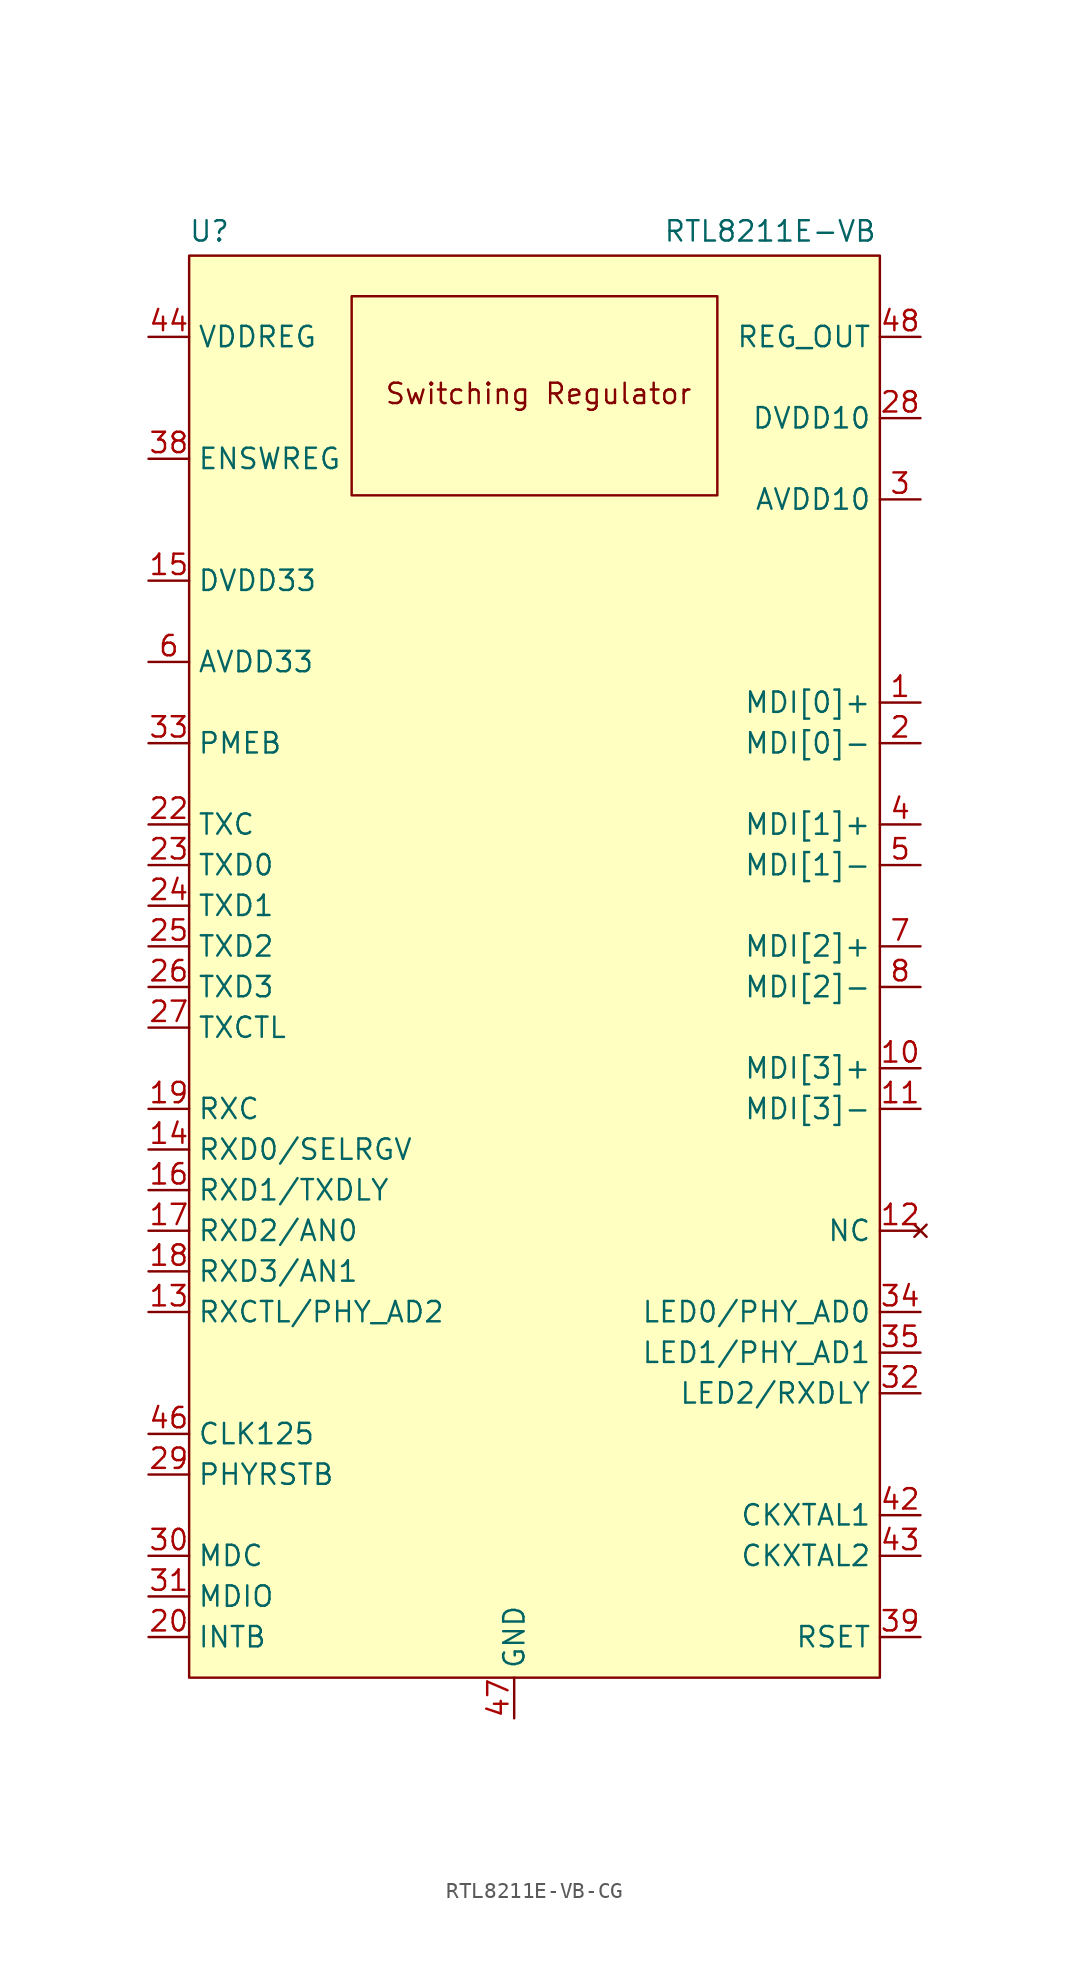
<source format=kicad_sym>
(kicad_symbol_lib
  (version 20220914)
  (generator kicad_symbol_editor)
  (symbol "RTL8211E-VB-CG"
    (property "Reference" "U"
      (at 3.81 29.464 0)
      (effects (font (size 1.27 1.27))))
    (property "Value" "RTL8211E-VB"
      (at 38.862 29.464 0)
      (effects (font (size 1.27 1.27))))
    (symbol "RTL8211E-VB-CG_0_0"
      (pin bidirectional line (at 48.26 0 180) (length 2.54) (name "MDI[0]+" (effects (font (size 1.27 1.27)))) (number "1" (effects (font (size 1.27 1.27)))))
      (pin bidirectional line (at 48.26 -22.86 180) (length 2.54) (name "MDI[3]+" (effects (font (size 1.27 1.27)))) (number "10" (effects (font (size 1.27 1.27)))))
      (pin bidirectional line (at 48.26 -25.4 180) (length 2.54) (name "MDI[3]-" (effects (font (size 1.27 1.27)))) (number "11" (effects (font (size 1.27 1.27)))))
      (pin no_connect line (at 48.26 -33.02 180) (length 2.54) (name "NC" (effects (font (size 1.27 1.27)))) (number "12" (effects (font (size 1.27 1.27)))))
      (pin output line (at 0 -38.1 0) (length 2.54) (name "RXCTL/PHY_AD2" (effects (font (size 1.27 1.27)))) (number "13" (effects (font (size 1.27 1.27)))))
      (pin input line (at 0 -27.94 0) (length 2.54) (name "RXD0/SELRGV" (effects (font (size 1.27 1.27)))) (number "14" (effects (font (size 1.27 1.27)))))
      (pin power_in line (at 0 7.62 0) (length 2.54) (name "DVDD33" (effects (font (size 1.27 1.27)))) (number "15" (effects (font (size 1.27 1.27)))))
      (pin input line (at 0 -30.48 0) (length 2.54) (name "RXD1/TXDLY" (effects (font (size 1.27 1.27)))) (number "16" (effects (font (size 1.27 1.27)))))
      (pin input line (at 0 -33.02 0) (length 2.54) (name "RXD2/AN0" (effects (font (size 1.27 1.27)))) (number "17" (effects (font (size 1.27 1.27)))))
      (pin output line (at 0 -35.56 0) (length 2.54) (name "RXD3/AN1" (effects (font (size 1.27 1.27)))) (number "18" (effects (font (size 1.27 1.27)))))
      (pin input line (at 0 -25.4 0) (length 2.54) (name "RXC" (effects (font (size 1.27 1.27)))) (number "19" (effects (font (size 1.27 1.27)))))
      (pin bidirectional line (at 48.26 -2.54 180) (length 2.54) (name "MDI[0]-" (effects (font (size 1.27 1.27)))) (number "2" (effects (font (size 1.27 1.27)))))
      (pin output line (at 0 -58.42 0) (length 2.54) (name "INTB" (effects (font (size 1.27 1.27)))) (number "20" (effects (font (size 1.27 1.27)))))
      (pin power_in line (at 0 7.62 0) (length 2.54) hide (name "DVDD33" (effects (font (size 1.27 1.27)))) (number "21" (effects (font (size 1.27 1.27)))))
      (pin input line (at 0 -7.62 0) (length 2.54) (name "TXC" (effects (font (size 1.27 1.27)))) (number "22" (effects (font (size 1.27 1.27)))))
      (pin output line (at 0 -10.16 0) (length 2.54) (name "TXD0" (effects (font (size 1.27 1.27)))) (number "23" (effects (font (size 1.27 1.27)))))
      (pin output line (at 0 -12.7 0) (length 2.54) (name "TXD1" (effects (font (size 1.27 1.27)))) (number "24" (effects (font (size 1.27 1.27)))))
      (pin output line (at 0 -15.24 0) (length 2.54) (name "TXD2" (effects (font (size 1.27 1.27)))) (number "25" (effects (font (size 1.27 1.27)))))
      (pin output line (at 0 -17.78 0) (length 2.54) (name "TXD3" (effects (font (size 1.27 1.27)))) (number "26" (effects (font (size 1.27 1.27)))))
      (pin input line (at 0 -20.32 0) (length 2.54) (name "TXCTL" (effects (font (size 1.27 1.27)))) (number "27" (effects (font (size 1.27 1.27)))))
      (pin power_in line (at 48.26 17.78 180) (length 2.54) (name "DVDD10" (effects (font (size 1.27 1.27)))) (number "28" (effects (font (size 1.27 1.27)))))
      (pin input line (at 0 -48.26 0) (length 2.54) (name "PHYRSTB" (effects (font (size 1.27 1.27)))) (number "29" (effects (font (size 1.27 1.27)))))
      (pin power_in line (at 48.26 12.7 180) (length 2.54) (name "AVDD10" (effects (font (size 1.27 1.27)))) (number "3" (effects (font (size 1.27 1.27)))))
      (pin input line (at 0 -53.34 0) (length 2.54) (name "MDC" (effects (font (size 1.27 1.27)))) (number "30" (effects (font (size 1.27 1.27)))))
      (pin bidirectional line (at 0 -55.88 0) (length 2.54) (name "MDIO" (effects (font (size 1.27 1.27)))) (number "31" (effects (font (size 1.27 1.27)))))
      (pin output line (at 48.26 -43.18 180) (length 2.54) (name "LED2/RXDLY" (effects (font (size 1.27 1.27)))) (number "32" (effects (font (size 1.27 1.27)))))
      (pin input line (at 0 -2.54 0) (length 2.54) (name "PMEB" (effects (font (size 1.27 1.27)))) (number "33" (effects (font (size 1.27 1.27)))))
      (pin output line (at 48.26 -38.1 180) (length 2.54) (name "LED0/PHY_AD0" (effects (font (size 1.27 1.27)))) (number "34" (effects (font (size 1.27 1.27)))))
      (pin output line (at 48.26 -40.64 180) (length 2.54) (name "LED1/PHY_AD1" (effects (font (size 1.27 1.27)))) (number "35" (effects (font (size 1.27 1.27)))))
      (pin power_in line (at 48.26 17.78 180) (length 2.54) hide (name "DVDD10" (effects (font (size 1.27 1.27)))) (number "36" (effects (font (size 1.27 1.27)))))
      (pin power_in line (at 0 7.62 0) (length 2.54) hide (name "DVDD33" (effects (font (size 1.27 1.27)))) (number "37" (effects (font (size 1.27 1.27)))))
      (pin input line (at 0 15.24 0) (length 2.54) (name "ENSWREG" (effects (font (size 1.27 1.27)))) (number "38" (effects (font (size 1.27 1.27)))))
      (pin input line (at 48.26 -58.42 180) (length 2.54) (name "RSET" (effects (font (size 1.27 1.27)))) (number "39" (effects (font (size 1.27 1.27)))))
      (pin bidirectional line (at 48.26 -7.62 180) (length 2.54) (name "MDI[1]+" (effects (font (size 1.27 1.27)))) (number "4" (effects (font (size 1.27 1.27)))))
      (pin power_in line (at 48.26 12.7 180) (length 2.54) hide (name "AVDD10" (effects (font (size 1.27 1.27)))) (number "40" (effects (font (size 1.27 1.27)))))
      (pin power_in line (at 0 2.54 0) (length 2.54) hide (name "AVDD33" (effects (font (size 1.27 1.27)))) (number "41" (effects (font (size 1.27 1.27)))))
      (pin input line (at 48.26 -50.8 180) (length 2.54) (name "CKXTAL1" (effects (font (size 1.27 1.27)))) (number "42" (effects (font (size 1.27 1.27)))))
      (pin output line (at 48.26 -53.34 180) (length 2.54) (name "CKXTAL2" (effects (font (size 1.27 1.27)))) (number "43" (effects (font (size 1.27 1.27)))))
      (pin power_in line (at 0 22.86 0) (length 2.54) (name "VDDREG" (effects (font (size 1.27 1.27)))) (number "44" (effects (font (size 1.27 1.27)))))
      (pin power_in line (at 0 22.86 0) (length 2.54) hide (name "VDDREG" (effects (font (size 1.27 1.27)))) (number "45" (effects (font (size 1.27 1.27)))))
      (pin output line (at 0 -45.72 0) (length 2.54) (name "CLK125" (effects (font (size 1.27 1.27)))) (number "46" (effects (font (size 1.27 1.27)))))
      (pin power_in line (at 22.86 -63.5 90) (length 2.54) (name "GND" (effects (font (size 1.27 1.27)))) (number "47" (effects (font (size 1.27 1.27)))))
      (pin output line (at 48.26 22.86 180) (length 2.54) (name "REG_OUT" (effects (font (size 1.27 1.27)))) (number "48" (effects (font (size 1.27 1.27)))))
      (pin power_in line (at 22.86 -63.5 90) (length 2.54) hide (name "PAD" (effects (font (size 1.27 1.27)))) (number "49" (effects (font (size 1.27 1.27)))))
      (pin bidirectional line (at 48.26 -10.16 180) (length 2.54) (name "MDI[1]-" (effects (font (size 1.27 1.27)))) (number "5" (effects (font (size 1.27 1.27)))))
      (pin power_in line (at 0 2.54 0) (length 2.54) (name "AVDD33" (effects (font (size 1.27 1.27)))) (number "6" (effects (font (size 1.27 1.27)))))
      (pin bidirectional line (at 48.26 -15.24 180) (length 2.54) (name "MDI[2]+" (effects (font (size 1.27 1.27)))) (number "7" (effects (font (size 1.27 1.27)))))
      (pin bidirectional line (at 48.26 -17.78 180) (length 2.54) (name "MDI[2]-" (effects (font (size 1.27 1.27)))) (number "8" (effects (font (size 1.27 1.27)))))
      (pin power_in line (at 48.26 12.7 180) (length 2.54) hide (name "AVDD10" (effects (font (size 1.27 1.27)))) (number "9" (effects (font (size 1.27 1.27))))))
    (symbol "RTL8211E-VB-CG_0_1"
      (rectangle (start 2.54 27.94) (end 45.72 -60.96) (stroke (width 0) (type default)) (fill (type background)))
      (rectangle (start 12.7 25.4) (end 35.56 12.954) (stroke (width 0) (type default)) (fill (type none)))
      (text "Switching Regulator" (at 24.384 19.304 0) (effects (font (size 1.27 1.27)))))))
</source>
